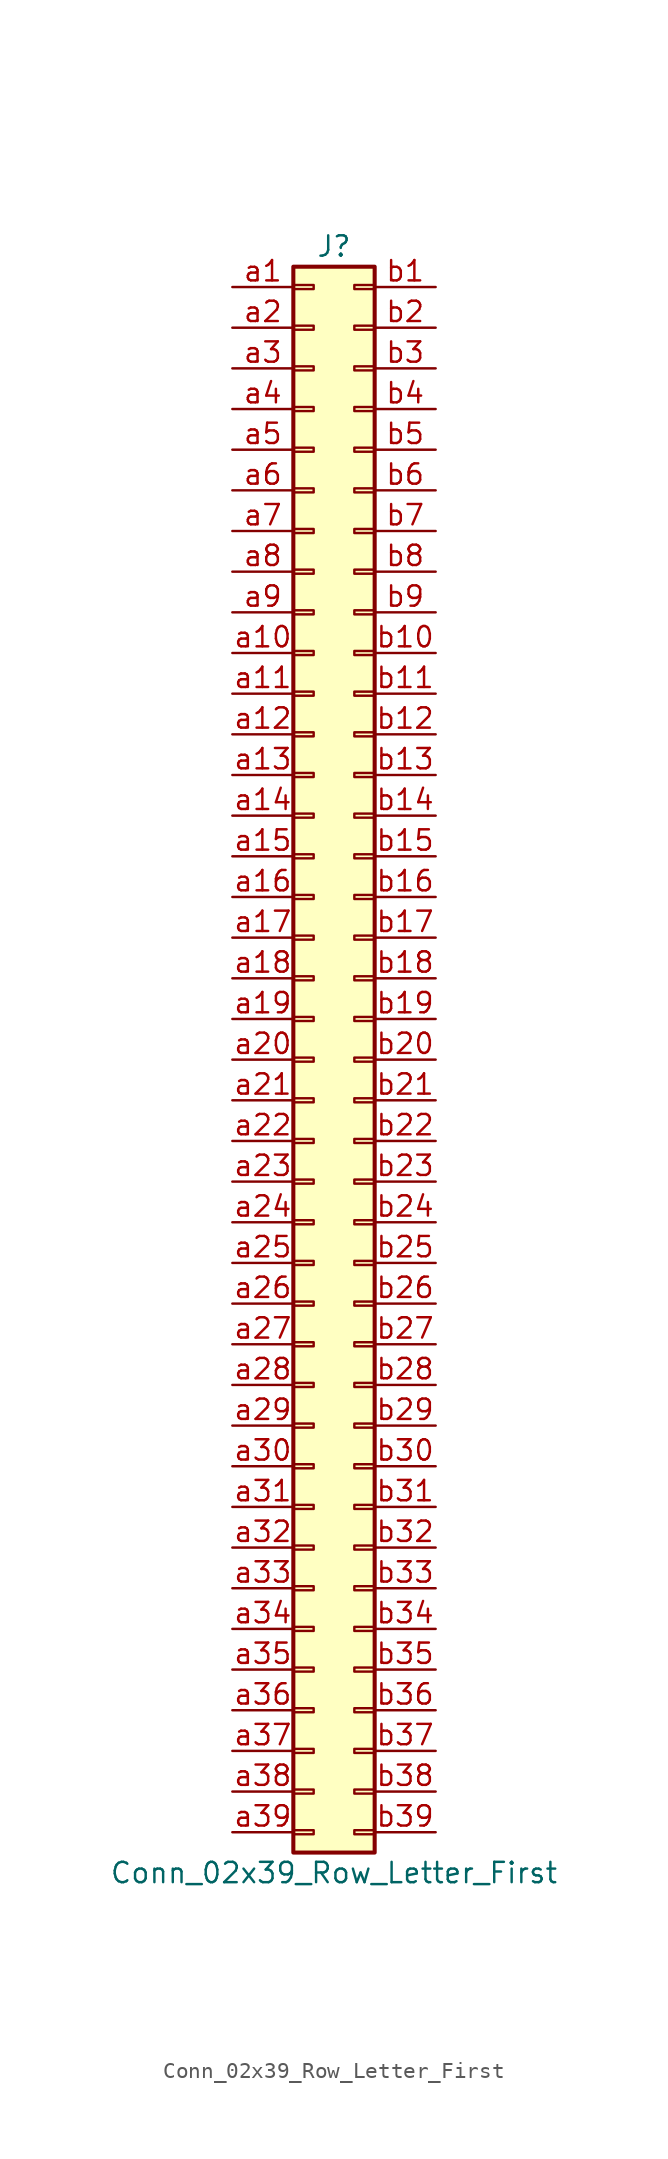
<source format=kicad_sym>
(kicad_symbol_lib
  (version 20220914)
  (generator kicad_symbol_editor)
  (symbol "Conn_02x39_Row_Letter_First"
    (pin_names
      (offset 1.016) hide)
    (property "Reference" "J"
      (at 1.27 50.8 0)
      (effects (font (size 1.27 1.27))))
    (property "Value" "Conn_02x39_Row_Letter_First"
      (at 1.27 -50.8 0)
      (effects (font (size 1.27 1.27))))
    (symbol "Conn_02x39_Row_Letter_First_1_1"
      (rectangle (start -1.27 -48.133) (end 0 -48.387) (stroke (width 0.152) (type default)) (fill (type none)))
      (rectangle (start -1.27 -45.593) (end 0 -45.847) (stroke (width 0.152) (type default)) (fill (type none)))
      (rectangle (start -1.27 -43.053) (end 0 -43.307) (stroke (width 0.152) (type default)) (fill (type none)))
      (rectangle (start -1.27 -40.513) (end 0 -40.767) (stroke (width 0.152) (type default)) (fill (type none)))
      (rectangle (start -1.27 -37.973) (end 0 -38.227) (stroke (width 0.152) (type default)) (fill (type none)))
      (rectangle (start -1.27 -35.433) (end 0 -35.687) (stroke (width 0.152) (type default)) (fill (type none)))
      (rectangle (start -1.27 -32.893) (end 0 -33.147) (stroke (width 0.152) (type default)) (fill (type none)))
      (rectangle (start -1.27 -30.353) (end 0 -30.607) (stroke (width 0.152) (type default)) (fill (type none)))
      (rectangle (start -1.27 -27.813) (end 0 -28.067) (stroke (width 0.152) (type default)) (fill (type none)))
      (rectangle (start -1.27 -25.273) (end 0 -25.527) (stroke (width 0.152) (type default)) (fill (type none)))
      (rectangle (start -1.27 -22.733) (end 0 -22.987) (stroke (width 0.152) (type default)) (fill (type none)))
      (rectangle (start -1.27 -20.193) (end 0 -20.447) (stroke (width 0.152) (type default)) (fill (type none)))
      (rectangle (start -1.27 -17.653) (end 0 -17.907) (stroke (width 0.152) (type default)) (fill (type none)))
      (rectangle (start -1.27 -15.113) (end 0 -15.367) (stroke (width 0.152) (type default)) (fill (type none)))
      (rectangle (start -1.27 -12.573) (end 0 -12.827) (stroke (width 0.152) (type default)) (fill (type none)))
      (rectangle (start -1.27 -10.033) (end 0 -10.287) (stroke (width 0.152) (type default)) (fill (type none)))
      (rectangle (start -1.27 -7.493) (end 0 -7.747) (stroke (width 0.152) (type default)) (fill (type none)))
      (rectangle (start -1.27 -4.953) (end 0 -5.207) (stroke (width 0.152) (type default)) (fill (type none)))
      (rectangle (start -1.27 -2.413) (end 0 -2.667) (stroke (width 0.152) (type default)) (fill (type none)))
      (rectangle (start -1.27 0.127) (end 0 -0.127) (stroke (width 0.152) (type default)) (fill (type none)))
      (rectangle (start -1.27 2.667) (end 0 2.413) (stroke (width 0.152) (type default)) (fill (type none)))
      (rectangle (start -1.27 5.207) (end 0 4.953) (stroke (width 0.152) (type default)) (fill (type none)))
      (rectangle (start -1.27 7.747) (end 0 7.493) (stroke (width 0.152) (type default)) (fill (type none)))
      (rectangle (start -1.27 10.287) (end 0 10.033) (stroke (width 0.152) (type default)) (fill (type none)))
      (rectangle (start -1.27 12.827) (end 0 12.573) (stroke (width 0.152) (type default)) (fill (type none)))
      (rectangle (start -1.27 15.367) (end 0 15.113) (stroke (width 0.152) (type default)) (fill (type none)))
      (rectangle (start -1.27 17.907) (end 0 17.653) (stroke (width 0.152) (type default)) (fill (type none)))
      (rectangle (start -1.27 20.447) (end 0 20.193) (stroke (width 0.152) (type default)) (fill (type none)))
      (rectangle (start -1.27 22.987) (end 0 22.733) (stroke (width 0.152) (type default)) (fill (type none)))
      (rectangle (start -1.27 25.527) (end 0 25.273) (stroke (width 0.152) (type default)) (fill (type none)))
      (rectangle (start -1.27 28.067) (end 0 27.813) (stroke (width 0.152) (type default)) (fill (type none)))
      (rectangle (start -1.27 30.607) (end 0 30.353) (stroke (width 0.152) (type default)) (fill (type none)))
      (rectangle (start -1.27 33.147) (end 0 32.893) (stroke (width 0.152) (type default)) (fill (type none)))
      (rectangle (start -1.27 35.687) (end 0 35.433) (stroke (width 0.152) (type default)) (fill (type none)))
      (rectangle (start -1.27 38.227) (end 0 37.973) (stroke (width 0.152) (type default)) (fill (type none)))
      (rectangle (start -1.27 40.767) (end 0 40.513) (stroke (width 0.152) (type default)) (fill (type none)))
      (rectangle (start -1.27 43.307) (end 0 43.053) (stroke (width 0.152) (type default)) (fill (type none)))
      (rectangle (start -1.27 45.847) (end 0 45.593) (stroke (width 0.152) (type default)) (fill (type none)))
      (rectangle (start -1.27 48.387) (end 0 48.133) (stroke (width 0.152) (type default)) (fill (type none)))
      (rectangle (start -1.27 49.53) (end 3.81 -49.53) (stroke (width 0.254) (type default)) (fill (type background)))
      (rectangle (start 3.81 -48.133) (end 2.54 -48.387) (stroke (width 0.152) (type default)) (fill (type none)))
      (rectangle (start 3.81 -45.593) (end 2.54 -45.847) (stroke (width 0.152) (type default)) (fill (type none)))
      (rectangle (start 3.81 -43.053) (end 2.54 -43.307) (stroke (width 0.152) (type default)) (fill (type none)))
      (rectangle (start 3.81 -40.513) (end 2.54 -40.767) (stroke (width 0.152) (type default)) (fill (type none)))
      (rectangle (start 3.81 -37.973) (end 2.54 -38.227) (stroke (width 0.152) (type default)) (fill (type none)))
      (rectangle (start 3.81 -35.433) (end 2.54 -35.687) (stroke (width 0.152) (type default)) (fill (type none)))
      (rectangle (start 3.81 -32.893) (end 2.54 -33.147) (stroke (width 0.152) (type default)) (fill (type none)))
      (rectangle (start 3.81 -30.353) (end 2.54 -30.607) (stroke (width 0.152) (type default)) (fill (type none)))
      (rectangle (start 3.81 -27.813) (end 2.54 -28.067) (stroke (width 0.152) (type default)) (fill (type none)))
      (rectangle (start 3.81 -25.273) (end 2.54 -25.527) (stroke (width 0.152) (type default)) (fill (type none)))
      (rectangle (start 3.81 -22.733) (end 2.54 -22.987) (stroke (width 0.152) (type default)) (fill (type none)))
      (rectangle (start 3.81 -20.193) (end 2.54 -20.447) (stroke (width 0.152) (type default)) (fill (type none)))
      (rectangle (start 3.81 -17.653) (end 2.54 -17.907) (stroke (width 0.152) (type default)) (fill (type none)))
      (rectangle (start 3.81 -15.113) (end 2.54 -15.367) (stroke (width 0.152) (type default)) (fill (type none)))
      (rectangle (start 3.81 -12.573) (end 2.54 -12.827) (stroke (width 0.152) (type default)) (fill (type none)))
      (rectangle (start 3.81 -10.033) (end 2.54 -10.287) (stroke (width 0.152) (type default)) (fill (type none)))
      (rectangle (start 3.81 -7.493) (end 2.54 -7.747) (stroke (width 0.152) (type default)) (fill (type none)))
      (rectangle (start 3.81 -4.953) (end 2.54 -5.207) (stroke (width 0.152) (type default)) (fill (type none)))
      (rectangle (start 3.81 -2.413) (end 2.54 -2.667) (stroke (width 0.152) (type default)) (fill (type none)))
      (rectangle (start 3.81 0.127) (end 2.54 -0.127) (stroke (width 0.152) (type default)) (fill (type none)))
      (rectangle (start 3.81 2.667) (end 2.54 2.413) (stroke (width 0.152) (type default)) (fill (type none)))
      (rectangle (start 3.81 5.207) (end 2.54 4.953) (stroke (width 0.152) (type default)) (fill (type none)))
      (rectangle (start 3.81 7.747) (end 2.54 7.493) (stroke (width 0.152) (type default)) (fill (type none)))
      (rectangle (start 3.81 10.287) (end 2.54 10.033) (stroke (width 0.152) (type default)) (fill (type none)))
      (rectangle (start 3.81 12.827) (end 2.54 12.573) (stroke (width 0.152) (type default)) (fill (type none)))
      (rectangle (start 3.81 15.367) (end 2.54 15.113) (stroke (width 0.152) (type default)) (fill (type none)))
      (rectangle (start 3.81 17.907) (end 2.54 17.653) (stroke (width 0.152) (type default)) (fill (type none)))
      (rectangle (start 3.81 20.447) (end 2.54 20.193) (stroke (width 0.152) (type default)) (fill (type none)))
      (rectangle (start 3.81 22.987) (end 2.54 22.733) (stroke (width 0.152) (type default)) (fill (type none)))
      (rectangle (start 3.81 25.527) (end 2.54 25.273) (stroke (width 0.152) (type default)) (fill (type none)))
      (rectangle (start 3.81 28.067) (end 2.54 27.813) (stroke (width 0.152) (type default)) (fill (type none)))
      (rectangle (start 3.81 30.607) (end 2.54 30.353) (stroke (width 0.152) (type default)) (fill (type none)))
      (rectangle (start 3.81 33.147) (end 2.54 32.893) (stroke (width 0.152) (type default)) (fill (type none)))
      (rectangle (start 3.81 35.687) (end 2.54 35.433) (stroke (width 0.152) (type default)) (fill (type none)))
      (rectangle (start 3.81 38.227) (end 2.54 37.973) (stroke (width 0.152) (type default)) (fill (type none)))
      (rectangle (start 3.81 40.767) (end 2.54 40.513) (stroke (width 0.152) (type default)) (fill (type none)))
      (rectangle (start 3.81 43.307) (end 2.54 43.053) (stroke (width 0.152) (type default)) (fill (type none)))
      (rectangle (start 3.81 45.847) (end 2.54 45.593) (stroke (width 0.152) (type default)) (fill (type none)))
      (rectangle (start 3.81 48.387) (end 2.54 48.133) (stroke (width 0.152) (type default)) (fill (type none)))
      (pin passive line (at -5.08 48.26 0) (length 3.81) (name "Pin_a1" (effects (font (size 1.27 1.27)))) (number "a1" (effects (font (size 1.27 1.27)))))
      (pin passive line (at -5.08 25.4 0) (length 3.81) (name "Pin_a10" (effects (font (size 1.27 1.27)))) (number "a10" (effects (font (size 1.27 1.27)))))
      (pin passive line (at -5.08 22.86 0) (length 3.81) (name "Pin_a11" (effects (font (size 1.27 1.27)))) (number "a11" (effects (font (size 1.27 1.27)))))
      (pin passive line (at -5.08 20.32 0) (length 3.81) (name "Pin_a12" (effects (font (size 1.27 1.27)))) (number "a12" (effects (font (size 1.27 1.27)))))
      (pin passive line (at -5.08 17.78 0) (length 3.81) (name "Pin_a13" (effects (font (size 1.27 1.27)))) (number "a13" (effects (font (size 1.27 1.27)))))
      (pin passive line (at -5.08 15.24 0) (length 3.81) (name "Pin_a14" (effects (font (size 1.27 1.27)))) (number "a14" (effects (font (size 1.27 1.27)))))
      (pin passive line (at -5.08 12.7 0) (length 3.81) (name "Pin_a15" (effects (font (size 1.27 1.27)))) (number "a15" (effects (font (size 1.27 1.27)))))
      (pin passive line (at -5.08 10.16 0) (length 3.81) (name "Pin_a16" (effects (font (size 1.27 1.27)))) (number "a16" (effects (font (size 1.27 1.27)))))
      (pin passive line (at -5.08 7.62 0) (length 3.81) (name "Pin_a17" (effects (font (size 1.27 1.27)))) (number "a17" (effects (font (size 1.27 1.27)))))
      (pin passive line (at -5.08 5.08 0) (length 3.81) (name "Pin_a18" (effects (font (size 1.27 1.27)))) (number "a18" (effects (font (size 1.27 1.27)))))
      (pin passive line (at -5.08 2.54 0) (length 3.81) (name "Pin_a19" (effects (font (size 1.27 1.27)))) (number "a19" (effects (font (size 1.27 1.27)))))
      (pin passive line (at -5.08 45.72 0) (length 3.81) (name "Pin_a2" (effects (font (size 1.27 1.27)))) (number "a2" (effects (font (size 1.27 1.27)))))
      (pin passive line (at -5.08 0 0) (length 3.81) (name "Pin_a20" (effects (font (size 1.27 1.27)))) (number "a20" (effects (font (size 1.27 1.27)))))
      (pin passive line (at -5.08 -2.54 0) (length 3.81) (name "Pin_a21" (effects (font (size 1.27 1.27)))) (number "a21" (effects (font (size 1.27 1.27)))))
      (pin passive line (at -5.08 -5.08 0) (length 3.81) (name "Pin_a22" (effects (font (size 1.27 1.27)))) (number "a22" (effects (font (size 1.27 1.27)))))
      (pin passive line (at -5.08 -7.62 0) (length 3.81) (name "Pin_a23" (effects (font (size 1.27 1.27)))) (number "a23" (effects (font (size 1.27 1.27)))))
      (pin passive line (at -5.08 -10.16 0) (length 3.81) (name "Pin_a24" (effects (font (size 1.27 1.27)))) (number "a24" (effects (font (size 1.27 1.27)))))
      (pin passive line (at -5.08 -12.7 0) (length 3.81) (name "Pin_a25" (effects (font (size 1.27 1.27)))) (number "a25" (effects (font (size 1.27 1.27)))))
      (pin passive line (at -5.08 -15.24 0) (length 3.81) (name "Pin_a26" (effects (font (size 1.27 1.27)))) (number "a26" (effects (font (size 1.27 1.27)))))
      (pin passive line (at -5.08 -17.78 0) (length 3.81) (name "Pin_a27" (effects (font (size 1.27 1.27)))) (number "a27" (effects (font (size 1.27 1.27)))))
      (pin passive line (at -5.08 -20.32 0) (length 3.81) (name "Pin_a28" (effects (font (size 1.27 1.27)))) (number "a28" (effects (font (size 1.27 1.27)))))
      (pin passive line (at -5.08 -22.86 0) (length 3.81) (name "Pin_a29" (effects (font (size 1.27 1.27)))) (number "a29" (effects (font (size 1.27 1.27)))))
      (pin passive line (at -5.08 43.18 0) (length 3.81) (name "Pin_a3" (effects (font (size 1.27 1.27)))) (number "a3" (effects (font (size 1.27 1.27)))))
      (pin passive line (at -5.08 -25.4 0) (length 3.81) (name "Pin_a30" (effects (font (size 1.27 1.27)))) (number "a30" (effects (font (size 1.27 1.27)))))
      (pin passive line (at -5.08 -27.94 0) (length 3.81) (name "Pin_a31" (effects (font (size 1.27 1.27)))) (number "a31" (effects (font (size 1.27 1.27)))))
      (pin passive line (at -5.08 -30.48 0) (length 3.81) (name "Pin_a32" (effects (font (size 1.27 1.27)))) (number "a32" (effects (font (size 1.27 1.27)))))
      (pin passive line (at -5.08 -33.02 0) (length 3.81) (name "Pin_a33" (effects (font (size 1.27 1.27)))) (number "a33" (effects (font (size 1.27 1.27)))))
      (pin passive line (at -5.08 -35.56 0) (length 3.81) (name "Pin_a34" (effects (font (size 1.27 1.27)))) (number "a34" (effects (font (size 1.27 1.27)))))
      (pin passive line (at -5.08 -38.1 0) (length 3.81) (name "Pin_a35" (effects (font (size 1.27 1.27)))) (number "a35" (effects (font (size 1.27 1.27)))))
      (pin passive line (at -5.08 -40.64 0) (length 3.81) (name "Pin_a36" (effects (font (size 1.27 1.27)))) (number "a36" (effects (font (size 1.27 1.27)))))
      (pin passive line (at -5.08 -43.18 0) (length 3.81) (name "Pin_a37" (effects (font (size 1.27 1.27)))) (number "a37" (effects (font (size 1.27 1.27)))))
      (pin passive line (at -5.08 -45.72 0) (length 3.81) (name "Pin_a38" (effects (font (size 1.27 1.27)))) (number "a38" (effects (font (size 1.27 1.27)))))
      (pin passive line (at -5.08 -48.26 0) (length 3.81) (name "Pin_a39" (effects (font (size 1.27 1.27)))) (number "a39" (effects (font (size 1.27 1.27)))))
      (pin passive line (at -5.08 40.64 0) (length 3.81) (name "Pin_a4" (effects (font (size 1.27 1.27)))) (number "a4" (effects (font (size 1.27 1.27)))))
      (pin passive line (at -5.08 38.1 0) (length 3.81) (name "Pin_a5" (effects (font (size 1.27 1.27)))) (number "a5" (effects (font (size 1.27 1.27)))))
      (pin passive line (at -5.08 35.56 0) (length 3.81) (name "Pin_a6" (effects (font (size 1.27 1.27)))) (number "a6" (effects (font (size 1.27 1.27)))))
      (pin passive line (at -5.08 33.02 0) (length 3.81) (name "Pin_a7" (effects (font (size 1.27 1.27)))) (number "a7" (effects (font (size 1.27 1.27)))))
      (pin passive line (at -5.08 30.48 0) (length 3.81) (name "Pin_a8" (effects (font (size 1.27 1.27)))) (number "a8" (effects (font (size 1.27 1.27)))))
      (pin passive line (at -5.08 27.94 0) (length 3.81) (name "Pin_a9" (effects (font (size 1.27 1.27)))) (number "a9" (effects (font (size 1.27 1.27)))))
      (pin passive line (at 7.62 48.26 180) (length 3.81) (name "Pin_b1" (effects (font (size 1.27 1.27)))) (number "b1" (effects (font (size 1.27 1.27)))))
      (pin passive line (at 7.62 25.4 180) (length 3.81) (name "Pin_b10" (effects (font (size 1.27 1.27)))) (number "b10" (effects (font (size 1.27 1.27)))))
      (pin passive line (at 7.62 22.86 180) (length 3.81) (name "Pin_b11" (effects (font (size 1.27 1.27)))) (number "b11" (effects (font (size 1.27 1.27)))))
      (pin passive line (at 7.62 20.32 180) (length 3.81) (name "Pin_b12" (effects (font (size 1.27 1.27)))) (number "b12" (effects (font (size 1.27 1.27)))))
      (pin passive line (at 7.62 17.78 180) (length 3.81) (name "Pin_b13" (effects (font (size 1.27 1.27)))) (number "b13" (effects (font (size 1.27 1.27)))))
      (pin passive line (at 7.62 15.24 180) (length 3.81) (name "Pin_b14" (effects (font (size 1.27 1.27)))) (number "b14" (effects (font (size 1.27 1.27)))))
      (pin passive line (at 7.62 12.7 180) (length 3.81) (name "Pin_b15" (effects (font (size 1.27 1.27)))) (number "b15" (effects (font (size 1.27 1.27)))))
      (pin passive line (at 7.62 10.16 180) (length 3.81) (name "Pin_b16" (effects (font (size 1.27 1.27)))) (number "b16" (effects (font (size 1.27 1.27)))))
      (pin passive line (at 7.62 7.62 180) (length 3.81) (name "Pin_b17" (effects (font (size 1.27 1.27)))) (number "b17" (effects (font (size 1.27 1.27)))))
      (pin passive line (at 7.62 5.08 180) (length 3.81) (name "Pin_b18" (effects (font (size 1.27 1.27)))) (number "b18" (effects (font (size 1.27 1.27)))))
      (pin passive line (at 7.62 2.54 180) (length 3.81) (name "Pin_b19" (effects (font (size 1.27 1.27)))) (number "b19" (effects (font (size 1.27 1.27)))))
      (pin passive line (at 7.62 45.72 180) (length 3.81) (name "Pin_b2" (effects (font (size 1.27 1.27)))) (number "b2" (effects (font (size 1.27 1.27)))))
      (pin passive line (at 7.62 0 180) (length 3.81) (name "Pin_b20" (effects (font (size 1.27 1.27)))) (number "b20" (effects (font (size 1.27 1.27)))))
      (pin passive line (at 7.62 -2.54 180) (length 3.81) (name "Pin_b21" (effects (font (size 1.27 1.27)))) (number "b21" (effects (font (size 1.27 1.27)))))
      (pin passive line (at 7.62 -5.08 180) (length 3.81) (name "Pin_b22" (effects (font (size 1.27 1.27)))) (number "b22" (effects (font (size 1.27 1.27)))))
      (pin passive line (at 7.62 -7.62 180) (length 3.81) (name "Pin_b23" (effects (font (size 1.27 1.27)))) (number "b23" (effects (font (size 1.27 1.27)))))
      (pin passive line (at 7.62 -10.16 180) (length 3.81) (name "Pin_b24" (effects (font (size 1.27 1.27)))) (number "b24" (effects (font (size 1.27 1.27)))))
      (pin passive line (at 7.62 -12.7 180) (length 3.81) (name "Pin_b25" (effects (font (size 1.27 1.27)))) (number "b25" (effects (font (size 1.27 1.27)))))
      (pin passive line (at 7.62 -15.24 180) (length 3.81) (name "Pin_b26" (effects (font (size 1.27 1.27)))) (number "b26" (effects (font (size 1.27 1.27)))))
      (pin passive line (at 7.62 -17.78 180) (length 3.81) (name "Pin_b27" (effects (font (size 1.27 1.27)))) (number "b27" (effects (font (size 1.27 1.27)))))
      (pin passive line (at 7.62 -20.32 180) (length 3.81) (name "Pin_b28" (effects (font (size 1.27 1.27)))) (number "b28" (effects (font (size 1.27 1.27)))))
      (pin passive line (at 7.62 -22.86 180) (length 3.81) (name "Pin_b29" (effects (font (size 1.27 1.27)))) (number "b29" (effects (font (size 1.27 1.27)))))
      (pin passive line (at 7.62 43.18 180) (length 3.81) (name "Pin_b3" (effects (font (size 1.27 1.27)))) (number "b3" (effects (font (size 1.27 1.27)))))
      (pin passive line (at 7.62 -25.4 180) (length 3.81) (name "Pin_b30" (effects (font (size 1.27 1.27)))) (number "b30" (effects (font (size 1.27 1.27)))))
      (pin passive line (at 7.62 -27.94 180) (length 3.81) (name "Pin_b31" (effects (font (size 1.27 1.27)))) (number "b31" (effects (font (size 1.27 1.27)))))
      (pin passive line (at 7.62 -30.48 180) (length 3.81) (name "Pin_b32" (effects (font (size 1.27 1.27)))) (number "b32" (effects (font (size 1.27 1.27)))))
      (pin passive line (at 7.62 -33.02 180) (length 3.81) (name "Pin_b33" (effects (font (size 1.27 1.27)))) (number "b33" (effects (font (size 1.27 1.27)))))
      (pin passive line (at 7.62 -35.56 180) (length 3.81) (name "Pin_b34" (effects (font (size 1.27 1.27)))) (number "b34" (effects (font (size 1.27 1.27)))))
      (pin passive line (at 7.62 -38.1 180) (length 3.81) (name "Pin_b35" (effects (font (size 1.27 1.27)))) (number "b35" (effects (font (size 1.27 1.27)))))
      (pin passive line (at 7.62 -40.64 180) (length 3.81) (name "Pin_b36" (effects (font (size 1.27 1.27)))) (number "b36" (effects (font (size 1.27 1.27)))))
      (pin passive line (at 7.62 -43.18 180) (length 3.81) (name "Pin_b37" (effects (font (size 1.27 1.27)))) (number "b37" (effects (font (size 1.27 1.27)))))
      (pin passive line (at 7.62 -45.72 180) (length 3.81) (name "Pin_b38" (effects (font (size 1.27 1.27)))) (number "b38" (effects (font (size 1.27 1.27)))))
      (pin passive line (at 7.62 -48.26 180) (length 3.81) (name "Pin_b39" (effects (font (size 1.27 1.27)))) (number "b39" (effects (font (size 1.27 1.27)))))
      (pin passive line (at 7.62 40.64 180) (length 3.81) (name "Pin_b4" (effects (font (size 1.27 1.27)))) (number "b4" (effects (font (size 1.27 1.27)))))
      (pin passive line (at 7.62 38.1 180) (length 3.81) (name "Pin_b5" (effects (font (size 1.27 1.27)))) (number "b5" (effects (font (size 1.27 1.27)))))
      (pin passive line (at 7.62 35.56 180) (length 3.81) (name "Pin_b6" (effects (font (size 1.27 1.27)))) (number "b6" (effects (font (size 1.27 1.27)))))
      (pin passive line (at 7.62 33.02 180) (length 3.81) (name "Pin_b7" (effects (font (size 1.27 1.27)))) (number "b7" (effects (font (size 1.27 1.27)))))
      (pin passive line (at 7.62 30.48 180) (length 3.81) (name "Pin_b8" (effects (font (size 1.27 1.27)))) (number "b8" (effects (font (size 1.27 1.27)))))
      (pin passive line (at 7.62 27.94 180) (length 3.81) (name "Pin_b9" (effects (font (size 1.27 1.27)))) (number "b9" (effects (font (size 1.27 1.27))))))))
</source>
